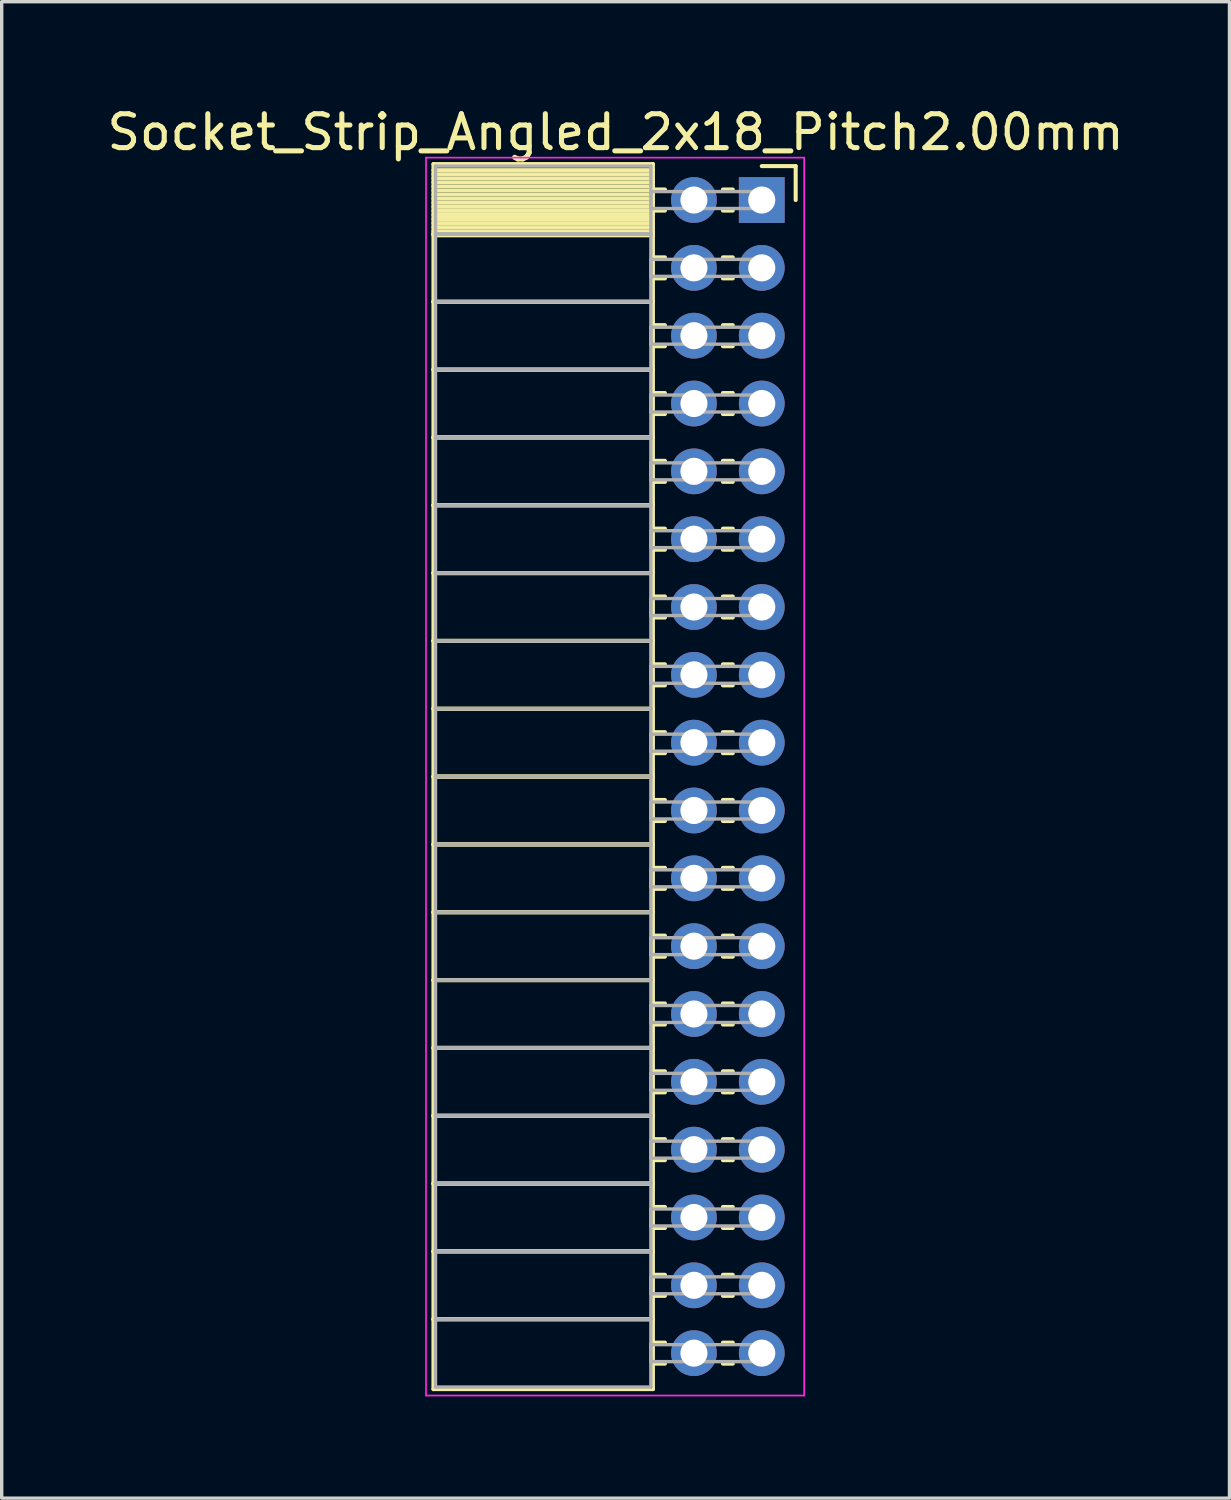
<source format=kicad_pcb>
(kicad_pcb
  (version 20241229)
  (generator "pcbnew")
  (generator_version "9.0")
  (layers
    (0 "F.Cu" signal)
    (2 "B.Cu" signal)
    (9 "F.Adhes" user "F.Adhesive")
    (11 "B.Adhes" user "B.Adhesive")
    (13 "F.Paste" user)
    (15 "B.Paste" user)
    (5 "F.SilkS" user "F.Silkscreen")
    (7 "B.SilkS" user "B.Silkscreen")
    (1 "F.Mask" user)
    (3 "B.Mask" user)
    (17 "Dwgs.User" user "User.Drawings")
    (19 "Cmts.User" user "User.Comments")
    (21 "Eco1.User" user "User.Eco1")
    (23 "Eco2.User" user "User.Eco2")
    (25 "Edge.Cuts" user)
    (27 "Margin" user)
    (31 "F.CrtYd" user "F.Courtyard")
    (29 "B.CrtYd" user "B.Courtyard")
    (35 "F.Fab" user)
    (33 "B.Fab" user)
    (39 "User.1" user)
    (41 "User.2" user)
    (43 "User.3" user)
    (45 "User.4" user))
  (footprint "Socket_Strip_Angled_2x18_Pitch2.00mm"
    (layer "F.Cu")
    (at 19.411 2.848)
    (property "Reference" "Socket_Strip_Angled_2x18_Pitch2.00mm" (at -4.31 -2 0) (layer "F.SilkS") (effects (font (size 1 1) (thickness 0.15))))
    (attr through_hole)
    (fp_line (start -9.68 -1.06) (end -3.21 -1.06) (stroke (width 0.12) (type solid)) (layer "F.SilkS"))
    (fp_line (start -9.68 1) (end -9.68 -1.06) (stroke (width 0.12) (type solid)) (layer "F.SilkS"))
    (fp_line (start -9.68 1) (end -3.21 1) (stroke (width 0.12) (type solid)) (layer "F.SilkS"))
    (fp_line (start -9.68 3) (end -9.68 1) (stroke (width 0.12) (type solid)) (layer "F.SilkS"))
    (fp_line (start -9.68 3) (end -3.21 3) (stroke (width 0.12) (type solid)) (layer "F.SilkS"))
    (fp_line (start -9.68 5) (end -9.68 3) (stroke (width 0.12) (type solid)) (layer "F.SilkS"))
    (fp_line (start -9.68 5) (end -3.21 5) (stroke (width 0.12) (type solid)) (layer "F.SilkS"))
    (fp_line (start -9.68 7) (end -9.68 5) (stroke (width 0.12) (type solid)) (layer "F.SilkS"))
    (fp_line (start -9.68 7) (end -3.21 7) (stroke (width 0.12) (type solid)) (layer "F.SilkS"))
    (fp_line (start -9.68 9) (end -9.68 7) (stroke (width 0.12) (type solid)) (layer "F.SilkS"))
    (fp_line (start -9.68 9) (end -3.21 9) (stroke (width 0.12) (type solid)) (layer "F.SilkS"))
    (fp_line (start -9.68 11) (end -9.68 9) (stroke (width 0.12) (type solid)) (layer "F.SilkS"))
    (fp_line (start -9.68 11) (end -3.21 11) (stroke (width 0.12) (type solid)) (layer "F.SilkS"))
    (fp_line (start -9.68 13) (end -9.68 11) (stroke (width 0.12) (type solid)) (layer "F.SilkS"))
    (fp_line (start -9.68 13) (end -3.21 13) (stroke (width 0.12) (type solid)) (layer "F.SilkS"))
    (fp_line (start -9.68 15) (end -9.68 13) (stroke (width 0.12) (type solid)) (layer "F.SilkS"))
    (fp_line (start -9.68 15) (end -3.21 15) (stroke (width 0.12) (type solid)) (layer "F.SilkS"))
    (fp_line (start -9.68 17) (end -9.68 15) (stroke (width 0.12) (type solid)) (layer "F.SilkS"))
    (fp_line (start -9.68 17) (end -3.21 17) (stroke (width 0.12) (type solid)) (layer "F.SilkS"))
    (fp_line (start -9.68 19) (end -9.68 17) (stroke (width 0.12) (type solid)) (layer "F.SilkS"))
    (fp_line (start -9.68 19) (end -3.21 19) (stroke (width 0.12) (type solid)) (layer "F.SilkS"))
    (fp_line (start -9.68 21) (end -9.68 19) (stroke (width 0.12) (type solid)) (layer "F.SilkS"))
    (fp_line (start -9.68 21) (end -3.21 21) (stroke (width 0.12) (type solid)) (layer "F.SilkS"))
    (fp_line (start -9.68 23) (end -9.68 21) (stroke (width 0.12) (type solid)) (layer "F.SilkS"))
    (fp_line (start -9.68 23) (end -3.21 23) (stroke (width 0.12) (type solid)) (layer "F.SilkS"))
    (fp_line (start -9.68 25) (end -9.68 23) (stroke (width 0.12) (type solid)) (layer "F.SilkS"))
    (fp_line (start -9.68 25) (end -3.21 25) (stroke (width 0.12) (type solid)) (layer "F.SilkS"))
    (fp_line (start -9.68 27) (end -9.68 25) (stroke (width 0.12) (type solid)) (layer "F.SilkS"))
    (fp_line (start -9.68 27) (end -3.21 27) (stroke (width 0.12) (type solid)) (layer "F.SilkS"))
    (fp_line (start -9.68 29) (end -9.68 27) (stroke (width 0.12) (type solid)) (layer "F.SilkS"))
    (fp_line (start -9.68 29) (end -3.21 29) (stroke (width 0.12) (type solid)) (layer "F.SilkS"))
    (fp_line (start -9.68 31) (end -9.68 29) (stroke (width 0.12) (type solid)) (layer "F.SilkS"))
    (fp_line (start -9.68 31) (end -3.21 31) (stroke (width 0.12) (type solid)) (layer "F.SilkS"))
    (fp_line (start -9.68 33) (end -9.68 31) (stroke (width 0.12) (type solid)) (layer "F.SilkS"))
    (fp_line (start -9.68 33) (end -3.21 33) (stroke (width 0.12) (type solid)) (layer "F.SilkS"))
    (fp_line (start -9.68 35.06) (end -9.68 33) (stroke (width 0.12) (type solid)) (layer "F.SilkS"))
    (fp_line (start -3.21 -1.06) (end -3.21 1) (stroke (width 0.12) (type solid)) (layer "F.SilkS"))
    (fp_line (start -3.21 -0.88) (end -9.68 -0.88) (stroke (width 0.12) (type solid)) (layer "F.SilkS"))
    (fp_line (start -3.21 -0.76) (end -9.68 -0.76) (stroke (width 0.12) (type solid)) (layer "F.SilkS"))
    (fp_line (start -3.21 -0.64) (end -9.68 -0.64) (stroke (width 0.12) (type solid)) (layer "F.SilkS"))
    (fp_line (start -3.21 -0.52) (end -9.68 -0.52) (stroke (width 0.12) (type solid)) (layer "F.SilkS"))
    (fp_line (start -3.21 -0.4) (end -9.68 -0.4) (stroke (width 0.12) (type solid)) (layer "F.SilkS"))
    (fp_line (start -3.21 -0.28) (end -9.68 -0.28) (stroke (width 0.12) (type solid)) (layer "F.SilkS"))
    (fp_line (start -3.21 -0.16) (end -9.68 -0.16) (stroke (width 0.12) (type solid)) (layer "F.SilkS"))
    (fp_line (start -3.21 -0.04) (end -9.68 -0.04) (stroke (width 0.12) (type solid)) (layer "F.SilkS"))
    (fp_line (start -3.21 0.08) (end -9.68 0.08) (stroke (width 0.12) (type solid)) (layer "F.SilkS"))
    (fp_line (start -3.21 0.2) (end -9.68 0.2) (stroke (width 0.12) (type solid)) (layer "F.SilkS"))
    (fp_line (start -3.21 0.32) (end -9.68 0.32) (stroke (width 0.12) (type solid)) (layer "F.SilkS"))
    (fp_line (start -3.21 0.44) (end -9.68 0.44) (stroke (width 0.12) (type solid)) (layer "F.SilkS"))
    (fp_line (start -3.21 0.56) (end -9.68 0.56) (stroke (width 0.12) (type solid)) (layer "F.SilkS"))
    (fp_line (start -3.21 0.68) (end -9.68 0.68) (stroke (width 0.12) (type solid)) (layer "F.SilkS"))
    (fp_line (start -3.21 0.8) (end -9.68 0.8) (stroke (width 0.12) (type solid)) (layer "F.SilkS"))
    (fp_line (start -3.21 0.92) (end -9.68 0.92) (stroke (width 0.12) (type solid)) (layer "F.SilkS"))
    (fp_line (start -3.21 1) (end -9.68 1) (stroke (width 0.12) (type solid)) (layer "F.SilkS"))
    (fp_line (start -3.21 1) (end -3.21 3) (stroke (width 0.12) (type solid)) (layer "F.SilkS"))
    (fp_line (start -3.21 1.04) (end -9.68 1.04) (stroke (width 0.12) (type solid)) (layer "F.SilkS"))
    (fp_line (start -3.21 3) (end -9.68 3) (stroke (width 0.12) (type solid)) (layer "F.SilkS"))
    (fp_line (start -3.21 3) (end -3.21 5) (stroke (width 0.12) (type solid)) (layer "F.SilkS"))
    (fp_line (start -3.21 5) (end -9.68 5) (stroke (width 0.12) (type solid)) (layer "F.SilkS"))
    (fp_line (start -3.21 5) (end -3.21 7) (stroke (width 0.12) (type solid)) (layer "F.SilkS"))
    (fp_line (start -3.21 7) (end -9.68 7) (stroke (width 0.12) (type solid)) (layer "F.SilkS"))
    (fp_line (start -3.21 7) (end -3.21 9) (stroke (width 0.12) (type solid)) (layer "F.SilkS"))
    (fp_line (start -3.21 9) (end -9.68 9) (stroke (width 0.12) (type solid)) (layer "F.SilkS"))
    (fp_line (start -3.21 9) (end -3.21 11) (stroke (width 0.12) (type solid)) (layer "F.SilkS"))
    (fp_line (start -3.21 11) (end -9.68 11) (stroke (width 0.12) (type solid)) (layer "F.SilkS"))
    (fp_line (start -3.21 11) (end -3.21 13) (stroke (width 0.12) (type solid)) (layer "F.SilkS"))
    (fp_line (start -3.21 13) (end -9.68 13) (stroke (width 0.12) (type solid)) (layer "F.SilkS"))
    (fp_line (start -3.21 13) (end -3.21 15) (stroke (width 0.12) (type solid)) (layer "F.SilkS"))
    (fp_line (start -3.21 15) (end -9.68 15) (stroke (width 0.12) (type solid)) (layer "F.SilkS"))
    (fp_line (start -3.21 15) (end -3.21 17) (stroke (width 0.12) (type solid)) (layer "F.SilkS"))
    (fp_line (start -3.21 17) (end -9.68 17) (stroke (width 0.12) (type solid)) (layer "F.SilkS"))
    (fp_line (start -3.21 17) (end -3.21 19) (stroke (width 0.12) (type solid)) (layer "F.SilkS"))
    (fp_line (start -3.21 19) (end -9.68 19) (stroke (width 0.12) (type solid)) (layer "F.SilkS"))
    (fp_line (start -3.21 19) (end -3.21 21) (stroke (width 0.12) (type solid)) (layer "F.SilkS"))
    (fp_line (start -3.21 21) (end -9.68 21) (stroke (width 0.12) (type solid)) (layer "F.SilkS"))
    (fp_line (start -3.21 21) (end -3.21 23) (stroke (width 0.12) (type solid)) (layer "F.SilkS"))
    (fp_line (start -3.21 23) (end -9.68 23) (stroke (width 0.12) (type solid)) (layer "F.SilkS"))
    (fp_line (start -3.21 23) (end -3.21 25) (stroke (width 0.12) (type solid)) (layer "F.SilkS"))
    (fp_line (start -3.21 25) (end -9.68 25) (stroke (width 0.12) (type solid)) (layer "F.SilkS"))
    (fp_line (start -3.21 25) (end -3.21 27) (stroke (width 0.12) (type solid)) (layer "F.SilkS"))
    (fp_line (start -3.21 27) (end -9.68 27) (stroke (width 0.12) (type solid)) (layer "F.SilkS"))
    (fp_line (start -3.21 27) (end -3.21 29) (stroke (width 0.12) (type solid)) (layer "F.SilkS"))
    (fp_line (start -3.21 29) (end -9.68 29) (stroke (width 0.12) (type solid)) (layer "F.SilkS"))
    (fp_line (start -3.21 29) (end -3.21 31) (stroke (width 0.12) (type solid)) (layer "F.SilkS"))
    (fp_line (start -3.21 31) (end -9.68 31) (stroke (width 0.12) (type solid)) (layer "F.SilkS"))
    (fp_line (start -3.21 31) (end -3.21 33) (stroke (width 0.12) (type solid)) (layer "F.SilkS"))
    (fp_line (start -3.21 33) (end -9.68 33) (stroke (width 0.12) (type solid)) (layer "F.SilkS"))
    (fp_line (start -3.21 33) (end -3.21 35.06) (stroke (width 0.12) (type solid)) (layer "F.SilkS"))
    (fp_line (start -3.21 35.06) (end -9.68 35.06) (stroke (width 0.12) (type solid)) (layer "F.SilkS"))
    (fp_line (start -2.855 -0.31) (end -3.21 -0.31) (stroke (width 0.12) (type solid)) (layer "F.SilkS"))
    (fp_line (start -2.855 0.31) (end -3.21 0.31) (stroke (width 0.12) (type solid)) (layer "F.SilkS"))
    (fp_line (start -2.855 1.69) (end -3.21 1.69) (stroke (width 0.12) (type solid)) (layer "F.SilkS"))
    (fp_line (start -2.855 2.31) (end -3.21 2.31) (stroke (width 0.12) (type solid)) (layer "F.SilkS"))
    (fp_line (start -2.855 3.69) (end -3.21 3.69) (stroke (width 0.12) (type solid)) (layer "F.SilkS"))
    (fp_line (start -2.855 4.31) (end -3.21 4.31) (stroke (width 0.12) (type solid)) (layer "F.SilkS"))
    (fp_line (start -2.855 5.69) (end -3.21 5.69) (stroke (width 0.12) (type solid)) (layer "F.SilkS"))
    (fp_line (start -2.855 6.31) (end -3.21 6.31) (stroke (width 0.12) (type solid)) (layer "F.SilkS"))
    (fp_line (start -2.855 7.69) (end -3.21 7.69) (stroke (width 0.12) (type solid)) (layer "F.SilkS"))
    (fp_line (start -2.855 8.31) (end -3.21 8.31) (stroke (width 0.12) (type solid)) (layer "F.SilkS"))
    (fp_line (start -2.855 9.69) (end -3.21 9.69) (stroke (width 0.12) (type solid)) (layer "F.SilkS"))
    (fp_line (start -2.855 10.31) (end -3.21 10.31) (stroke (width 0.12) (type solid)) (layer "F.SilkS"))
    (fp_line (start -2.855 11.69) (end -3.21 11.69) (stroke (width 0.12) (type solid)) (layer "F.SilkS"))
    (fp_line (start -2.855 12.31) (end -3.21 12.31) (stroke (width 0.12) (type solid)) (layer "F.SilkS"))
    (fp_line (start -2.855 13.69) (end -3.21 13.69) (stroke (width 0.12) (type solid)) (layer "F.SilkS"))
    (fp_line (start -2.855 14.31) (end -3.21 14.31) (stroke (width 0.12) (type solid)) (layer "F.SilkS"))
    (fp_line (start -2.855 15.69) (end -3.21 15.69) (stroke (width 0.12) (type solid)) (layer "F.SilkS"))
    (fp_line (start -2.855 16.31) (end -3.21 16.31) (stroke (width 0.12) (type solid)) (layer "F.SilkS"))
    (fp_line (start -2.855 17.69) (end -3.21 17.69) (stroke (width 0.12) (type solid)) (layer "F.SilkS"))
    (fp_line (start -2.855 18.31) (end -3.21 18.31) (stroke (width 0.12) (type solid)) (layer "F.SilkS"))
    (fp_line (start -2.855 19.69) (end -3.21 19.69) (stroke (width 0.12) (type solid)) (layer "F.SilkS"))
    (fp_line (start -2.855 20.31) (end -3.21 20.31) (stroke (width 0.12) (type solid)) (layer "F.SilkS"))
    (fp_line (start -2.855 21.69) (end -3.21 21.69) (stroke (width 0.12) (type solid)) (layer "F.SilkS"))
    (fp_line (start -2.855 22.31) (end -3.21 22.31) (stroke (width 0.12) (type solid)) (layer "F.SilkS"))
    (fp_line (start -2.855 23.69) (end -3.21 23.69) (stroke (width 0.12) (type solid)) (layer "F.SilkS"))
    (fp_line (start -2.855 24.31) (end -3.21 24.31) (stroke (width 0.12) (type solid)) (layer "F.SilkS"))
    (fp_line (start -2.855 25.69) (end -3.21 25.69) (stroke (width 0.12) (type solid)) (layer "F.SilkS"))
    (fp_line (start -2.855 26.31) (end -3.21 26.31) (stroke (width 0.12) (type solid)) (layer "F.SilkS"))
    (fp_line (start -2.855 27.69) (end -3.21 27.69) (stroke (width 0.12) (type solid)) (layer "F.SilkS"))
    (fp_line (start -2.855 28.31) (end -3.21 28.31) (stroke (width 0.12) (type solid)) (layer "F.SilkS"))
    (fp_line (start -2.855 29.69) (end -3.21 29.69) (stroke (width 0.12) (type solid)) (layer "F.SilkS"))
    (fp_line (start -2.855 30.31) (end -3.21 30.31) (stroke (width 0.12) (type solid)) (layer "F.SilkS"))
    (fp_line (start -2.855 31.69) (end -3.21 31.69) (stroke (width 0.12) (type solid)) (layer "F.SilkS"))
    (fp_line (start -2.855 32.31) (end -3.21 32.31) (stroke (width 0.12) (type solid)) (layer "F.SilkS"))
    (fp_line (start -2.855 33.69) (end -3.21 33.69) (stroke (width 0.12) (type solid)) (layer "F.SilkS"))
    (fp_line (start -2.855 34.31) (end -3.21 34.31) (stroke (width 0.12) (type solid)) (layer "F.SilkS"))
    (fp_line (start -0.855 -0.31) (end -1.145 -0.31) (stroke (width 0.12) (type solid)) (layer "F.SilkS"))
    (fp_line (start -0.855 0.31) (end -1.145 0.31) (stroke (width 0.12) (type solid)) (layer "F.SilkS"))
    (fp_line (start -0.855 1.69) (end -1.145 1.69) (stroke (width 0.12) (type solid)) (layer "F.SilkS"))
    (fp_line (start -0.855 2.31) (end -1.145 2.31) (stroke (width 0.12) (type solid)) (layer "F.SilkS"))
    (fp_line (start -0.855 3.69) (end -1.145 3.69) (stroke (width 0.12) (type solid)) (layer "F.SilkS"))
    (fp_line (start -0.855 4.31) (end -1.145 4.31) (stroke (width 0.12) (type solid)) (layer "F.SilkS"))
    (fp_line (start -0.855 5.69) (end -1.145 5.69) (stroke (width 0.12) (type solid)) (layer "F.SilkS"))
    (fp_line (start -0.855 6.31) (end -1.145 6.31) (stroke (width 0.12) (type solid)) (layer "F.SilkS"))
    (fp_line (start -0.855 7.69) (end -1.145 7.69) (stroke (width 0.12) (type solid)) (layer "F.SilkS"))
    (fp_line (start -0.855 8.31) (end -1.145 8.31) (stroke (width 0.12) (type solid)) (layer "F.SilkS"))
    (fp_line (start -0.855 9.69) (end -1.145 9.69) (stroke (width 0.12) (type solid)) (layer "F.SilkS"))
    (fp_line (start -0.855 10.31) (end -1.145 10.31) (stroke (width 0.12) (type solid)) (layer "F.SilkS"))
    (fp_line (start -0.855 11.69) (end -1.145 11.69) (stroke (width 0.12) (type solid)) (layer "F.SilkS"))
    (fp_line (start -0.855 12.31) (end -1.145 12.31) (stroke (width 0.12) (type solid)) (layer "F.SilkS"))
    (fp_line (start -0.855 13.69) (end -1.145 13.69) (stroke (width 0.12) (type solid)) (layer "F.SilkS"))
    (fp_line (start -0.855 14.31) (end -1.145 14.31) (stroke (width 0.12) (type solid)) (layer "F.SilkS"))
    (fp_line (start -0.855 15.69) (end -1.145 15.69) (stroke (width 0.12) (type solid)) (layer "F.SilkS"))
    (fp_line (start -0.855 16.31) (end -1.145 16.31) (stroke (width 0.12) (type solid)) (layer "F.SilkS"))
    (fp_line (start -0.855 17.69) (end -1.145 17.69) (stroke (width 0.12) (type solid)) (layer "F.SilkS"))
    (fp_line (start -0.855 18.31) (end -1.145 18.31) (stroke (width 0.12) (type solid)) (layer "F.SilkS"))
    (fp_line (start -0.855 19.69) (end -1.145 19.69) (stroke (width 0.12) (type solid)) (layer "F.SilkS"))
    (fp_line (start -0.855 20.31) (end -1.145 20.31) (stroke (width 0.12) (type solid)) (layer "F.SilkS"))
    (fp_line (start -0.855 21.69) (end -1.145 21.69) (stroke (width 0.12) (type solid)) (layer "F.SilkS"))
    (fp_line (start -0.855 22.31) (end -1.145 22.31) (stroke (width 0.12) (type solid)) (layer "F.SilkS"))
    (fp_line (start -0.855 23.69) (end -1.145 23.69) (stroke (width 0.12) (type solid)) (layer "F.SilkS"))
    (fp_line (start -0.855 24.31) (end -1.145 24.31) (stroke (width 0.12) (type solid)) (layer "F.SilkS"))
    (fp_line (start -0.855 25.69) (end -1.145 25.69) (stroke (width 0.12) (type solid)) (layer "F.SilkS"))
    (fp_line (start -0.855 26.31) (end -1.145 26.31) (stroke (width 0.12) (type solid)) (layer "F.SilkS"))
    (fp_line (start -0.855 27.69) (end -1.145 27.69) (stroke (width 0.12) (type solid)) (layer "F.SilkS"))
    (fp_line (start -0.855 28.31) (end -1.145 28.31) (stroke (width 0.12) (type solid)) (layer "F.SilkS"))
    (fp_line (start -0.855 29.69) (end -1.145 29.69) (stroke (width 0.12) (type solid)) (layer "F.SilkS"))
    (fp_line (start -0.855 30.31) (end -1.145 30.31) (stroke (width 0.12) (type solid)) (layer "F.SilkS"))
    (fp_line (start -0.855 31.69) (end -1.145 31.69) (stroke (width 0.12) (type solid)) (layer "F.SilkS"))
    (fp_line (start -0.855 32.31) (end -1.145 32.31) (stroke (width 0.12) (type solid)) (layer "F.SilkS"))
    (fp_line (start -0.855 33.69) (end -1.145 33.69) (stroke (width 0.12) (type solid)) (layer "F.SilkS"))
    (fp_line (start -0.855 34.31) (end -1.145 34.31) (stroke (width 0.12) (type solid)) (layer "F.SilkS"))
    (fp_line (start 0 -1) (end 1 -1) (stroke (width 0.12) (type solid)) (layer "F.SilkS"))
    (fp_line (start 1 -1) (end 1 0) (stroke (width 0.12) (type solid)) (layer "F.SilkS"))
    (fp_line (start -9.9 -1.25) (end 1.25 -1.25) (stroke (width 0.05) (type solid)) (layer "F.CrtYd"))
    (fp_line (start -9.9 35.25) (end -9.9 -1.25) (stroke (width 0.05) (type solid)) (layer "F.CrtYd"))
    (fp_line (start 1.25 -1.25) (end 1.25 35.25) (stroke (width 0.05) (type solid)) (layer "F.CrtYd"))
    (fp_line (start 1.25 35.25) (end -9.9 35.25) (stroke (width 0.05) (type solid)) (layer "F.CrtYd"))
    (fp_line (start -9.62 -1) (end -3.27 -1) (stroke (width 0.1) (type solid)) (layer "F.Fab"))
    (fp_line (start -9.62 1) (end -9.62 -1) (stroke (width 0.1) (type solid)) (layer "F.Fab"))
    (fp_line (start -9.62 1) (end -3.27 1) (stroke (width 0.1) (type solid)) (layer "F.Fab"))
    (fp_line (start -9.62 3) (end -9.62 1) (stroke (width 0.1) (type solid)) (layer "F.Fab"))
    (fp_line (start -9.62 3) (end -3.27 3) (stroke (width 0.1) (type solid)) (layer "F.Fab"))
    (fp_line (start -9.62 5) (end -9.62 3) (stroke (width 0.1) (type solid)) (layer "F.Fab"))
    (fp_line (start -9.62 5) (end -3.27 5) (stroke (width 0.1) (type solid)) (layer "F.Fab"))
    (fp_line (start -9.62 7) (end -9.62 5) (stroke (width 0.1) (type solid)) (layer "F.Fab"))
    (fp_line (start -9.62 7) (end -3.27 7) (stroke (width 0.1) (type solid)) (layer "F.Fab"))
    (fp_line (start -9.62 9) (end -9.62 7) (stroke (width 0.1) (type solid)) (layer "F.Fab"))
    (fp_line (start -9.62 9) (end -3.27 9) (stroke (width 0.1) (type solid)) (layer "F.Fab"))
    (fp_line (start -9.62 11) (end -9.62 9) (stroke (width 0.1) (type solid)) (layer "F.Fab"))
    (fp_line (start -9.62 11) (end -3.27 11) (stroke (width 0.1) (type solid)) (layer "F.Fab"))
    (fp_line (start -9.62 13) (end -9.62 11) (stroke (width 0.1) (type solid)) (layer "F.Fab"))
    (fp_line (start -9.62 13) (end -3.27 13) (stroke (width 0.1) (type solid)) (layer "F.Fab"))
    (fp_line (start -9.62 15) (end -9.62 13) (stroke (width 0.1) (type solid)) (layer "F.Fab"))
    (fp_line (start -9.62 15) (end -3.27 15) (stroke (width 0.1) (type solid)) (layer "F.Fab"))
    (fp_line (start -9.62 17) (end -9.62 15) (stroke (width 0.1) (type solid)) (layer "F.Fab"))
    (fp_line (start -9.62 17) (end -3.27 17) (stroke (width 0.1) (type solid)) (layer "F.Fab"))
    (fp_line (start -9.62 19) (end -9.62 17) (stroke (width 0.1) (type solid)) (layer "F.Fab"))
    (fp_line (start -9.62 19) (end -3.27 19) (stroke (width 0.1) (type solid)) (layer "F.Fab"))
    (fp_line (start -9.62 21) (end -9.62 19) (stroke (width 0.1) (type solid)) (layer "F.Fab"))
    (fp_line (start -9.62 21) (end -3.27 21) (stroke (width 0.1) (type solid)) (layer "F.Fab"))
    (fp_line (start -9.62 23) (end -9.62 21) (stroke (width 0.1) (type solid)) (layer "F.Fab"))
    (fp_line (start -9.62 23) (end -3.27 23) (stroke (width 0.1) (type solid)) (layer "F.Fab"))
    (fp_line (start -9.62 25) (end -9.62 23) (stroke (width 0.1) (type solid)) (layer "F.Fab"))
    (fp_line (start -9.62 25) (end -3.27 25) (stroke (width 0.1) (type solid)) (layer "F.Fab"))
    (fp_line (start -9.62 27) (end -9.62 25) (stroke (width 0.1) (type solid)) (layer "F.Fab"))
    (fp_line (start -9.62 27) (end -3.27 27) (stroke (width 0.1) (type solid)) (layer "F.Fab"))
    (fp_line (start -9.62 29) (end -9.62 27) (stroke (width 0.1) (type solid)) (layer "F.Fab"))
    (fp_line (start -9.62 29) (end -3.27 29) (stroke (width 0.1) (type solid)) (layer "F.Fab"))
    (fp_line (start -9.62 31) (end -9.62 29) (stroke (width 0.1) (type solid)) (layer "F.Fab"))
    (fp_line (start -9.62 31) (end -3.27 31) (stroke (width 0.1) (type solid)) (layer "F.Fab"))
    (fp_line (start -9.62 33) (end -9.62 31) (stroke (width 0.1) (type solid)) (layer "F.Fab"))
    (fp_line (start -9.62 33) (end -3.27 33) (stroke (width 0.1) (type solid)) (layer "F.Fab"))
    (fp_line (start -9.62 35) (end -9.62 33) (stroke (width 0.1) (type solid)) (layer "F.Fab"))
    (fp_line (start -3.27 -1) (end -3.27 1) (stroke (width 0.1) (type solid)) (layer "F.Fab"))
    (fp_line (start -3.27 -0.25) (end 0 -0.25) (stroke (width 0.1) (type solid)) (layer "F.Fab"))
    (fp_line (start -3.27 0.25) (end -3.27 -0.25) (stroke (width 0.1) (type solid)) (layer "F.Fab"))
    (fp_line (start -3.27 1) (end -9.62 1) (stroke (width 0.1) (type solid)) (layer "F.Fab"))
    (fp_line (start -3.27 1) (end -3.27 3) (stroke (width 0.1) (type solid)) (layer "F.Fab"))
    (fp_line (start -3.27 1.75) (end 0 1.75) (stroke (width 0.1) (type solid)) (layer "F.Fab"))
    (fp_line (start -3.27 2.25) (end -3.27 1.75) (stroke (width 0.1) (type solid)) (layer "F.Fab"))
    (fp_line (start -3.27 3) (end -9.62 3) (stroke (width 0.1) (type solid)) (layer "F.Fab"))
    (fp_line (start -3.27 3) (end -3.27 5) (stroke (width 0.1) (type solid)) (layer "F.Fab"))
    (fp_line (start -3.27 3.75) (end 0 3.75) (stroke (width 0.1) (type solid)) (layer "F.Fab"))
    (fp_line (start -3.27 4.25) (end -3.27 3.75) (stroke (width 0.1) (type solid)) (layer "F.Fab"))
    (fp_line (start -3.27 5) (end -9.62 5) (stroke (width 0.1) (type solid)) (layer "F.Fab"))
    (fp_line (start -3.27 5) (end -3.27 7) (stroke (width 0.1) (type solid)) (layer "F.Fab"))
    (fp_line (start -3.27 5.75) (end 0 5.75) (stroke (width 0.1) (type solid)) (layer "F.Fab"))
    (fp_line (start -3.27 6.25) (end -3.27 5.75) (stroke (width 0.1) (type solid)) (layer "F.Fab"))
    (fp_line (start -3.27 7) (end -9.62 7) (stroke (width 0.1) (type solid)) (layer "F.Fab"))
    (fp_line (start -3.27 7) (end -3.27 9) (stroke (width 0.1) (type solid)) (layer "F.Fab"))
    (fp_line (start -3.27 7.75) (end 0 7.75) (stroke (width 0.1) (type solid)) (layer "F.Fab"))
    (fp_line (start -3.27 8.25) (end -3.27 7.75) (stroke (width 0.1) (type solid)) (layer "F.Fab"))
    (fp_line (start -3.27 9) (end -9.62 9) (stroke (width 0.1) (type solid)) (layer "F.Fab"))
    (fp_line (start -3.27 9) (end -3.27 11) (stroke (width 0.1) (type solid)) (layer "F.Fab"))
    (fp_line (start -3.27 9.75) (end 0 9.75) (stroke (width 0.1) (type solid)) (layer "F.Fab"))
    (fp_line (start -3.27 10.25) (end -3.27 9.75) (stroke (width 0.1) (type solid)) (layer "F.Fab"))
    (fp_line (start -3.27 11) (end -9.62 11) (stroke (width 0.1) (type solid)) (layer "F.Fab"))
    (fp_line (start -3.27 11) (end -3.27 13) (stroke (width 0.1) (type solid)) (layer "F.Fab"))
    (fp_line (start -3.27 11.75) (end 0 11.75) (stroke (width 0.1) (type solid)) (layer "F.Fab"))
    (fp_line (start -3.27 12.25) (end -3.27 11.75) (stroke (width 0.1) (type solid)) (layer "F.Fab"))
    (fp_line (start -3.27 13) (end -9.62 13) (stroke (width 0.1) (type solid)) (layer "F.Fab"))
    (fp_line (start -3.27 13) (end -3.27 15) (stroke (width 0.1) (type solid)) (layer "F.Fab"))
    (fp_line (start -3.27 13.75) (end 0 13.75) (stroke (width 0.1) (type solid)) (layer "F.Fab"))
    (fp_line (start -3.27 14.25) (end -3.27 13.75) (stroke (width 0.1) (type solid)) (layer "F.Fab"))
    (fp_line (start -3.27 15) (end -9.62 15) (stroke (width 0.1) (type solid)) (layer "F.Fab"))
    (fp_line (start -3.27 15) (end -3.27 17) (stroke (width 0.1) (type solid)) (layer "F.Fab"))
    (fp_line (start -3.27 15.75) (end 0 15.75) (stroke (width 0.1) (type solid)) (layer "F.Fab"))
    (fp_line (start -3.27 16.25) (end -3.27 15.75) (stroke (width 0.1) (type solid)) (layer "F.Fab"))
    (fp_line (start -3.27 17) (end -9.62 17) (stroke (width 0.1) (type solid)) (layer "F.Fab"))
    (fp_line (start -3.27 17) (end -3.27 19) (stroke (width 0.1) (type solid)) (layer "F.Fab"))
    (fp_line (start -3.27 17.75) (end 0 17.75) (stroke (width 0.1) (type solid)) (layer "F.Fab"))
    (fp_line (start -3.27 18.25) (end -3.27 17.75) (stroke (width 0.1) (type solid)) (layer "F.Fab"))
    (fp_line (start -3.27 19) (end -9.62 19) (stroke (width 0.1) (type solid)) (layer "F.Fab"))
    (fp_line (start -3.27 19) (end -3.27 21) (stroke (width 0.1) (type solid)) (layer "F.Fab"))
    (fp_line (start -3.27 19.75) (end 0 19.75) (stroke (width 0.1) (type solid)) (layer "F.Fab"))
    (fp_line (start -3.27 20.25) (end -3.27 19.75) (stroke (width 0.1) (type solid)) (layer "F.Fab"))
    (fp_line (start -3.27 21) (end -9.62 21) (stroke (width 0.1) (type solid)) (layer "F.Fab"))
    (fp_line (start -3.27 21) (end -3.27 23) (stroke (width 0.1) (type solid)) (layer "F.Fab"))
    (fp_line (start -3.27 21.75) (end 0 21.75) (stroke (width 0.1) (type solid)) (layer "F.Fab"))
    (fp_line (start -3.27 22.25) (end -3.27 21.75) (stroke (width 0.1) (type solid)) (layer "F.Fab"))
    (fp_line (start -3.27 23) (end -9.62 23) (stroke (width 0.1) (type solid)) (layer "F.Fab"))
    (fp_line (start -3.27 23) (end -3.27 25) (stroke (width 0.1) (type solid)) (layer "F.Fab"))
    (fp_line (start -3.27 23.75) (end 0 23.75) (stroke (width 0.1) (type solid)) (layer "F.Fab"))
    (fp_line (start -3.27 24.25) (end -3.27 23.75) (stroke (width 0.1) (type solid)) (layer "F.Fab"))
    (fp_line (start -3.27 25) (end -9.62 25) (stroke (width 0.1) (type solid)) (layer "F.Fab"))
    (fp_line (start -3.27 25) (end -3.27 27) (stroke (width 0.1) (type solid)) (layer "F.Fab"))
    (fp_line (start -3.27 25.75) (end 0 25.75) (stroke (width 0.1) (type solid)) (layer "F.Fab"))
    (fp_line (start -3.27 26.25) (end -3.27 25.75) (stroke (width 0.1) (type solid)) (layer "F.Fab"))
    (fp_line (start -3.27 27) (end -9.62 27) (stroke (width 0.1) (type solid)) (layer "F.Fab"))
    (fp_line (start -3.27 27) (end -3.27 29) (stroke (width 0.1) (type solid)) (layer "F.Fab"))
    (fp_line (start -3.27 27.75) (end 0 27.75) (stroke (width 0.1) (type solid)) (layer "F.Fab"))
    (fp_line (start -3.27 28.25) (end -3.27 27.75) (stroke (width 0.1) (type solid)) (layer "F.Fab"))
    (fp_line (start -3.27 29) (end -9.62 29) (stroke (width 0.1) (type solid)) (layer "F.Fab"))
    (fp_line (start -3.27 29) (end -3.27 31) (stroke (width 0.1) (type solid)) (layer "F.Fab"))
    (fp_line (start -3.27 29.75) (end 0 29.75) (stroke (width 0.1) (type solid)) (layer "F.Fab"))
    (fp_line (start -3.27 30.25) (end -3.27 29.75) (stroke (width 0.1) (type solid)) (layer "F.Fab"))
    (fp_line (start -3.27 31) (end -9.62 31) (stroke (width 0.1) (type solid)) (layer "F.Fab"))
    (fp_line (start -3.27 31) (end -3.27 33) (stroke (width 0.1) (type solid)) (layer "F.Fab"))
    (fp_line (start -3.27 31.75) (end 0 31.75) (stroke (width 0.1) (type solid)) (layer "F.Fab"))
    (fp_line (start -3.27 32.25) (end -3.27 31.75) (stroke (width 0.1) (type solid)) (layer "F.Fab"))
    (fp_line (start -3.27 33) (end -9.62 33) (stroke (width 0.1) (type solid)) (layer "F.Fab"))
    (fp_line (start -3.27 33) (end -3.27 35) (stroke (width 0.1) (type solid)) (layer "F.Fab"))
    (fp_line (start -3.27 33.75) (end 0 33.75) (stroke (width 0.1) (type solid)) (layer "F.Fab"))
    (fp_line (start -3.27 34.25) (end -3.27 33.75) (stroke (width 0.1) (type solid)) (layer "F.Fab"))
    (fp_line (start -3.27 35) (end -9.62 35) (stroke (width 0.1) (type solid)) (layer "F.Fab"))
    (fp_line (start 0 -0.25) (end 0 0.25) (stroke (width 0.1) (type solid)) (layer "F.Fab"))
    (fp_line (start 0 0.25) (end -3.27 0.25) (stroke (width 0.1) (type solid)) (layer "F.Fab"))
    (fp_line (start 0 1.75) (end 0 2.25) (stroke (width 0.1) (type solid)) (layer "F.Fab"))
    (fp_line (start 0 2.25) (end -3.27 2.25) (stroke (width 0.1) (type solid)) (layer "F.Fab"))
    (fp_line (start 0 3.75) (end 0 4.25) (stroke (width 0.1) (type solid)) (layer "F.Fab"))
    (fp_line (start 0 4.25) (end -3.27 4.25) (stroke (width 0.1) (type solid)) (layer "F.Fab"))
    (fp_line (start 0 5.75) (end 0 6.25) (stroke (width 0.1) (type solid)) (layer "F.Fab"))
    (fp_line (start 0 6.25) (end -3.27 6.25) (stroke (width 0.1) (type solid)) (layer "F.Fab"))
    (fp_line (start 0 7.75) (end 0 8.25) (stroke (width 0.1) (type solid)) (layer "F.Fab"))
    (fp_line (start 0 8.25) (end -3.27 8.25) (stroke (width 0.1) (type solid)) (layer "F.Fab"))
    (fp_line (start 0 9.75) (end 0 10.25) (stroke (width 0.1) (type solid)) (layer "F.Fab"))
    (fp_line (start 0 10.25) (end -3.27 10.25) (stroke (width 0.1) (type solid)) (layer "F.Fab"))
    (fp_line (start 0 11.75) (end 0 12.25) (stroke (width 0.1) (type solid)) (layer "F.Fab"))
    (fp_line (start 0 12.25) (end -3.27 12.25) (stroke (width 0.1) (type solid)) (layer "F.Fab"))
    (fp_line (start 0 13.75) (end 0 14.25) (stroke (width 0.1) (type solid)) (layer "F.Fab"))
    (fp_line (start 0 14.25) (end -3.27 14.25) (stroke (width 0.1) (type solid)) (layer "F.Fab"))
    (fp_line (start 0 15.75) (end 0 16.25) (stroke (width 0.1) (type solid)) (layer "F.Fab"))
    (fp_line (start 0 16.25) (end -3.27 16.25) (stroke (width 0.1) (type solid)) (layer "F.Fab"))
    (fp_line (start 0 17.75) (end 0 18.25) (stroke (width 0.1) (type solid)) (layer "F.Fab"))
    (fp_line (start 0 18.25) (end -3.27 18.25) (stroke (width 0.1) (type solid)) (layer "F.Fab"))
    (fp_line (start 0 19.75) (end 0 20.25) (stroke (width 0.1) (type solid)) (layer "F.Fab"))
    (fp_line (start 0 20.25) (end -3.27 20.25) (stroke (width 0.1) (type solid)) (layer "F.Fab"))
    (fp_line (start 0 21.75) (end 0 22.25) (stroke (width 0.1) (type solid)) (layer "F.Fab"))
    (fp_line (start 0 22.25) (end -3.27 22.25) (stroke (width 0.1) (type solid)) (layer "F.Fab"))
    (fp_line (start 0 23.75) (end 0 24.25) (stroke (width 0.1) (type solid)) (layer "F.Fab"))
    (fp_line (start 0 24.25) (end -3.27 24.25) (stroke (width 0.1) (type solid)) (layer "F.Fab"))
    (fp_line (start 0 25.75) (end 0 26.25) (stroke (width 0.1) (type solid)) (layer "F.Fab"))
    (fp_line (start 0 26.25) (end -3.27 26.25) (stroke (width 0.1) (type solid)) (layer "F.Fab"))
    (fp_line (start 0 27.75) (end 0 28.25) (stroke (width 0.1) (type solid)) (layer "F.Fab"))
    (fp_line (start 0 28.25) (end -3.27 28.25) (stroke (width 0.1) (type solid)) (layer "F.Fab"))
    (fp_line (start 0 29.75) (end 0 30.25) (stroke (width 0.1) (type solid)) (layer "F.Fab"))
    (fp_line (start 0 30.25) (end -3.27 30.25) (stroke (width 0.1) (type solid)) (layer "F.Fab"))
    (fp_line (start 0 31.75) (end 0 32.25) (stroke (width 0.1) (type solid)) (layer "F.Fab"))
    (fp_line (start 0 32.25) (end -3.27 32.25) (stroke (width 0.1) (type solid)) (layer "F.Fab"))
    (fp_line (start 0 33.75) (end 0 34.25) (stroke (width 0.1) (type solid)) (layer "F.Fab"))
    (fp_line (start 0 34.25) (end -3.27 34.25) (stroke (width 0.1) (type solid)) (layer "F.Fab"))
    (pad "1" thru_hole rect (at 0 0) (size 1.35 1.35) (drill 0.8) (layers "*.Cu" "*.Mask"))
    (pad "2" thru_hole oval (at -2 0) (size 1.35 1.35) (drill 0.8) (layers "*.Cu" "*.Mask"))
    (pad "3" thru_hole oval (at 0 2) (size 1.35 1.35) (drill 0.8) (layers "*.Cu" "*.Mask"))
    (pad "4" thru_hole oval (at -2 2) (size 1.35 1.35) (drill 0.8) (layers "*.Cu" "*.Mask"))
    (pad "5" thru_hole oval (at 0 4) (size 1.35 1.35) (drill 0.8) (layers "*.Cu" "*.Mask"))
    (pad "6" thru_hole oval (at -2 4) (size 1.35 1.35) (drill 0.8) (layers "*.Cu" "*.Mask"))
    (pad "7" thru_hole oval (at 0 6) (size 1.35 1.35) (drill 0.8) (layers "*.Cu" "*.Mask"))
    (pad "8" thru_hole oval (at -2 6) (size 1.35 1.35) (drill 0.8) (layers "*.Cu" "*.Mask"))
    (pad "9" thru_hole oval (at 0 8) (size 1.35 1.35) (drill 0.8) (layers "*.Cu" "*.Mask"))
    (pad "10" thru_hole oval (at -2 8) (size 1.35 1.35) (drill 0.8) (layers "*.Cu" "*.Mask"))
    (pad "11" thru_hole oval (at 0 10) (size 1.35 1.35) (drill 0.8) (layers "*.Cu" "*.Mask"))
    (pad "12" thru_hole oval (at -2 10) (size 1.35 1.35) (drill 0.8) (layers "*.Cu" "*.Mask"))
    (pad "13" thru_hole oval (at 0 12) (size 1.35 1.35) (drill 0.8) (layers "*.Cu" "*.Mask"))
    (pad "14" thru_hole oval (at -2 12) (size 1.35 1.35) (drill 0.8) (layers "*.Cu" "*.Mask"))
    (pad "15" thru_hole oval (at 0 14) (size 1.35 1.35) (drill 0.8) (layers "*.Cu" "*.Mask"))
    (pad "16" thru_hole oval (at -2 14) (size 1.35 1.35) (drill 0.8) (layers "*.Cu" "*.Mask"))
    (pad "17" thru_hole oval (at 0 16) (size 1.35 1.35) (drill 0.8) (layers "*.Cu" "*.Mask"))
    (pad "18" thru_hole oval (at -2 16) (size 1.35 1.35) (drill 0.8) (layers "*.Cu" "*.Mask"))
    (pad "19" thru_hole oval (at 0 18) (size 1.35 1.35) (drill 0.8) (layers "*.Cu" "*.Mask"))
    (pad "20" thru_hole oval (at -2 18) (size 1.35 1.35) (drill 0.8) (layers "*.Cu" "*.Mask"))
    (pad "21" thru_hole oval (at 0 20) (size 1.35 1.35) (drill 0.8) (layers "*.Cu" "*.Mask"))
    (pad "22" thru_hole oval (at -2 20) (size 1.35 1.35) (drill 0.8) (layers "*.Cu" "*.Mask"))
    (pad "23" thru_hole oval (at 0 22) (size 1.35 1.35) (drill 0.8) (layers "*.Cu" "*.Mask"))
    (pad "24" thru_hole oval (at -2 22) (size 1.35 1.35) (drill 0.8) (layers "*.Cu" "*.Mask"))
    (pad "25" thru_hole oval (at 0 24) (size 1.35 1.35) (drill 0.8) (layers "*.Cu" "*.Mask"))
    (pad "26" thru_hole oval (at -2 24) (size 1.35 1.35) (drill 0.8) (layers "*.Cu" "*.Mask"))
    (pad "27" thru_hole oval (at 0 26) (size 1.35 1.35) (drill 0.8) (layers "*.Cu" "*.Mask"))
    (pad "28" thru_hole oval (at -2 26) (size 1.35 1.35) (drill 0.8) (layers "*.Cu" "*.Mask"))
    (pad "29" thru_hole oval (at 0 28) (size 1.35 1.35) (drill 0.8) (layers "*.Cu" "*.Mask"))
    (pad "30" thru_hole oval (at -2 28) (size 1.35 1.35) (drill 0.8) (layers "*.Cu" "*.Mask"))
    (pad "31" thru_hole oval (at 0 30) (size 1.35 1.35) (drill 0.8) (layers "*.Cu" "*.Mask"))
    (pad "32" thru_hole oval (at -2 30) (size 1.35 1.35) (drill 0.8) (layers "*.Cu" "*.Mask"))
    (pad "33" thru_hole oval (at 0 32) (size 1.35 1.35) (drill 0.8) (layers "*.Cu" "*.Mask"))
    (pad "34" thru_hole oval (at -2 32) (size 1.35 1.35) (drill 0.8) (layers "*.Cu" "*.Mask"))
    (pad "35" thru_hole oval (at 0 34) (size 1.35 1.35) (drill 0.8) (layers "*.Cu" "*.Mask"))
    (pad "36" thru_hole oval (at -2 34) (size 1.35 1.35) (drill 0.8) (layers "*.Cu" "*.Mask")))
  (gr_rect
    (start -3 -3)
    (end 33.202 41.123)
    (stroke (width 0.1) (type default))
    (fill no)
    (layer "Edge.Cuts")))
</source>
